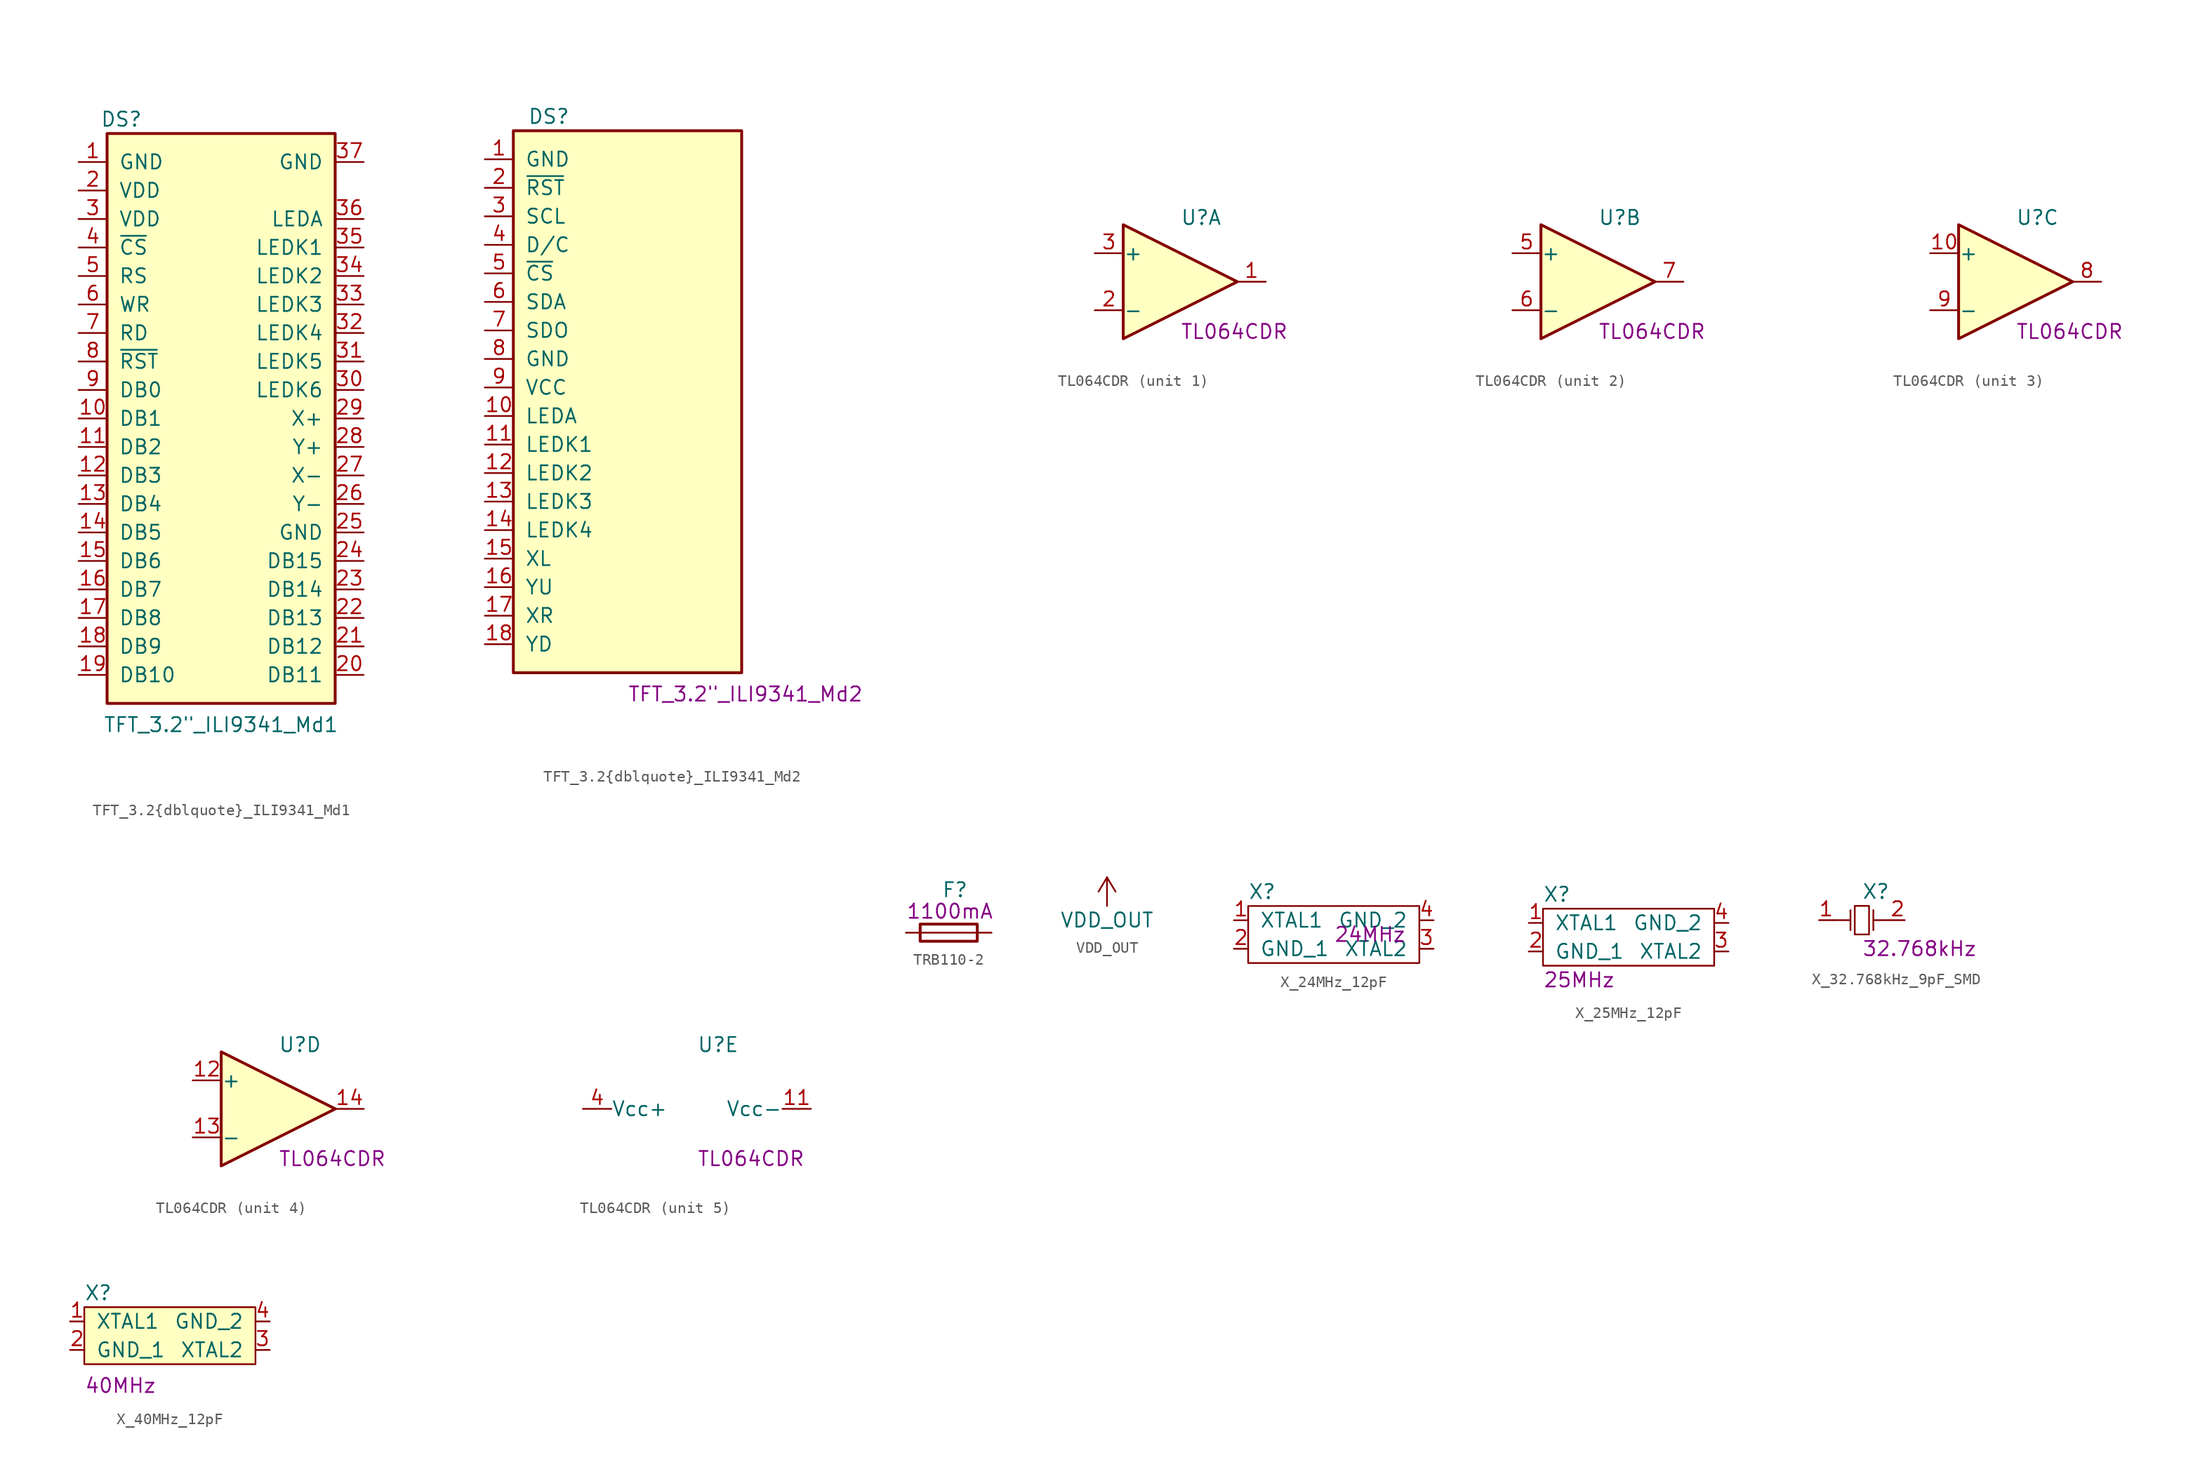
<source format=kicad_sym>
(kicad_symbol_lib
  (version 20211014)
  (generator kicad_symbol_editor)
  (symbol "TFT_3.2{dblquote}_ILI9341_Md1"
    (pin_names
      (offset 1.016))
    (property "Reference" "DS"
      (at -8.89 26.67 0)
      (effects (font (size 1.27 1.27))))
    (property "Value" "TFT_3.2{dblquote}_ILI9341_Md1"
      (at 0 -27.305 0)
      (effects (font (size 1.27 1.27))))
    (symbol "TFT_3.2{dblquote}_ILI9341_Md1_0_1"
      (rectangle (start -10.16 25.4) (end 10.16 -25.4) (stroke (width 0.254) (type default) (color 0 0 0 0)) (fill (type background))))
    (symbol "TFT_3.2{dblquote}_ILI9341_Md1_1_1"
      (pin power_in line (at -12.7 22.86 0) (length 2.54) (name "GND" (effects (font (size 1.27 1.27)))) (number "1" (effects (font (size 1.27 1.27)))))
      (pin bidirectional line (at -12.7 0 0) (length 2.54) (name "DB1" (effects (font (size 1.27 1.27)))) (number "10" (effects (font (size 1.27 1.27)))))
      (pin bidirectional line (at -12.7 -2.54 0) (length 2.54) (name "DB2" (effects (font (size 1.27 1.27)))) (number "11" (effects (font (size 1.27 1.27)))))
      (pin bidirectional line (at -12.7 -5.08 0) (length 2.54) (name "DB3" (effects (font (size 1.27 1.27)))) (number "12" (effects (font (size 1.27 1.27)))))
      (pin bidirectional line (at -12.7 -7.62 0) (length 2.54) (name "DB4" (effects (font (size 1.27 1.27)))) (number "13" (effects (font (size 1.27 1.27)))))
      (pin bidirectional line (at -12.7 -10.16 0) (length 2.54) (name "DB5" (effects (font (size 1.27 1.27)))) (number "14" (effects (font (size 1.27 1.27)))))
      (pin bidirectional line (at -12.7 -12.7 0) (length 2.54) (name "DB6" (effects (font (size 1.27 1.27)))) (number "15" (effects (font (size 1.27 1.27)))))
      (pin bidirectional line (at -12.7 -15.24 0) (length 2.54) (name "DB7" (effects (font (size 1.27 1.27)))) (number "16" (effects (font (size 1.27 1.27)))))
      (pin bidirectional line (at -12.7 -17.78 0) (length 2.54) (name "DB8" (effects (font (size 1.27 1.27)))) (number "17" (effects (font (size 1.27 1.27)))))
      (pin bidirectional line (at -12.7 -20.32 0) (length 2.54) (name "DB9" (effects (font (size 1.27 1.27)))) (number "18" (effects (font (size 1.27 1.27)))))
      (pin bidirectional line (at -12.7 -22.86 0) (length 2.54) (name "DB10" (effects (font (size 1.27 1.27)))) (number "19" (effects (font (size 1.27 1.27)))))
      (pin power_in line (at -12.7 20.32 0) (length 2.54) (name "VDD" (effects (font (size 1.27 1.27)))) (number "2" (effects (font (size 1.27 1.27)))))
      (pin bidirectional line (at 12.7 -22.86 180) (length 2.54) (name "DB11" (effects (font (size 1.27 1.27)))) (number "20" (effects (font (size 1.27 1.27)))))
      (pin bidirectional line (at 12.7 -20.32 180) (length 2.54) (name "DB12" (effects (font (size 1.27 1.27)))) (number "21" (effects (font (size 1.27 1.27)))))
      (pin bidirectional line (at 12.7 -17.78 180) (length 2.54) (name "DB13" (effects (font (size 1.27 1.27)))) (number "22" (effects (font (size 1.27 1.27)))))
      (pin bidirectional line (at 12.7 -15.24 180) (length 2.54) (name "DB14" (effects (font (size 1.27 1.27)))) (number "23" (effects (font (size 1.27 1.27)))))
      (pin bidirectional line (at 12.7 -12.7 180) (length 2.54) (name "DB15" (effects (font (size 1.27 1.27)))) (number "24" (effects (font (size 1.27 1.27)))))
      (pin power_in line (at 12.7 -10.16 180) (length 2.54) (name "GND" (effects (font (size 1.27 1.27)))) (number "25" (effects (font (size 1.27 1.27)))))
      (pin passive line (at 12.7 -7.62 180) (length 2.54) (name "Y-" (effects (font (size 1.27 1.27)))) (number "26" (effects (font (size 1.27 1.27)))))
      (pin passive line (at 12.7 -5.08 180) (length 2.54) (name "X-" (effects (font (size 1.27 1.27)))) (number "27" (effects (font (size 1.27 1.27)))))
      (pin passive line (at 12.7 -2.54 180) (length 2.54) (name "Y+" (effects (font (size 1.27 1.27)))) (number "28" (effects (font (size 1.27 1.27)))))
      (pin passive line (at 12.7 0 180) (length 2.54) (name "X+" (effects (font (size 1.27 1.27)))) (number "29" (effects (font (size 1.27 1.27)))))
      (pin power_in line (at -12.7 17.78 0) (length 2.54) (name "VDD" (effects (font (size 1.27 1.27)))) (number "3" (effects (font (size 1.27 1.27)))))
      (pin passive line (at 12.7 2.54 180) (length 2.54) (name "LEDK6" (effects (font (size 1.27 1.27)))) (number "30" (effects (font (size 1.27 1.27)))))
      (pin passive line (at 12.7 5.08 180) (length 2.54) (name "LEDK5" (effects (font (size 1.27 1.27)))) (number "31" (effects (font (size 1.27 1.27)))))
      (pin passive line (at 12.7 7.62 180) (length 2.54) (name "LEDK4" (effects (font (size 1.27 1.27)))) (number "32" (effects (font (size 1.27 1.27)))))
      (pin passive line (at 12.7 10.16 180) (length 2.54) (name "LEDK3" (effects (font (size 1.27 1.27)))) (number "33" (effects (font (size 1.27 1.27)))))
      (pin passive line (at 12.7 12.7 180) (length 2.54) (name "LEDK2" (effects (font (size 1.27 1.27)))) (number "34" (effects (font (size 1.27 1.27)))))
      (pin passive line (at 12.7 15.24 180) (length 2.54) (name "LEDK1" (effects (font (size 1.27 1.27)))) (number "35" (effects (font (size 1.27 1.27)))))
      (pin passive line (at 12.7 17.78 180) (length 2.54) (name "LEDA" (effects (font (size 1.27 1.27)))) (number "36" (effects (font (size 1.27 1.27)))))
      (pin power_in line (at 12.7 22.86 180) (length 2.54) (name "GND" (effects (font (size 1.27 1.27)))) (number "37" (effects (font (size 1.27 1.27)))))
      (pin input line (at -12.7 15.24 0) (length 2.54) (name "~{CS}" (effects (font (size 1.27 1.27)))) (number "4" (effects (font (size 1.27 1.27)))))
      (pin bidirectional line (at -12.7 12.7 0) (length 2.54) (name "RS" (effects (font (size 1.27 1.27)))) (number "5" (effects (font (size 1.27 1.27)))))
      (pin bidirectional line (at -12.7 10.16 0) (length 2.54) (name "WR" (effects (font (size 1.27 1.27)))) (number "6" (effects (font (size 1.27 1.27)))))
      (pin bidirectional line (at -12.7 7.62 0) (length 2.54) (name "RD" (effects (font (size 1.27 1.27)))) (number "7" (effects (font (size 1.27 1.27)))))
      (pin input line (at -12.7 5.08 0) (length 2.54) (name "~{RST}" (effects (font (size 1.27 1.27)))) (number "8" (effects (font (size 1.27 1.27)))))
      (pin bidirectional line (at -12.7 2.54 0) (length 2.54) (name "DB0" (effects (font (size 1.27 1.27)))) (number "9" (effects (font (size 1.27 1.27)))))))
  (symbol "TFT_3.2{dblquote}_ILI9341_Md2"
    (pin_names
      (offset 1.016))
    (property "Reference" "DS"
      (at -8.89 25.4 0)
      (effects (font (size 1.27 1.27)) (justify left)))
    (property "Symbol" "TFT_3.2\"_ILI9341_Md2"
      (at 0 -26.035 0)
      (effects (font (size 1.27 1.27)) (justify left)))
    (symbol "TFT_3.2{dblquote}_ILI9341_Md2_0_1"
      (rectangle (start -10.16 24.13) (end 10.16 -24.13) (stroke (width 0.254) (type default) (color 0 0 0 0)) (fill (type background))))
    (symbol "TFT_3.2{dblquote}_ILI9341_Md2_1_1"
      (pin power_in line (at -12.7 21.59 0) (length 2.54) (name "GND" (effects (font (size 1.27 1.27)))) (number "1" (effects (font (size 1.27 1.27)))))
      (pin bidirectional line (at -12.7 -1.27 0) (length 2.54) (name "LEDA" (effects (font (size 1.27 1.27)))) (number "10" (effects (font (size 1.27 1.27)))))
      (pin bidirectional line (at -12.7 -3.81 0) (length 2.54) (name "LEDK1" (effects (font (size 1.27 1.27)))) (number "11" (effects (font (size 1.27 1.27)))))
      (pin bidirectional line (at -12.7 -6.35 0) (length 2.54) (name "LEDK2" (effects (font (size 1.27 1.27)))) (number "12" (effects (font (size 1.27 1.27)))))
      (pin bidirectional line (at -12.7 -8.89 0) (length 2.54) (name "LEDK3" (effects (font (size 1.27 1.27)))) (number "13" (effects (font (size 1.27 1.27)))))
      (pin bidirectional line (at -12.7 -11.43 0) (length 2.54) (name "LEDK4" (effects (font (size 1.27 1.27)))) (number "14" (effects (font (size 1.27 1.27)))))
      (pin bidirectional line (at -12.7 -13.97 0) (length 2.54) (name "XL" (effects (font (size 1.27 1.27)))) (number "15" (effects (font (size 1.27 1.27)))))
      (pin bidirectional line (at -12.7 -16.51 0) (length 2.54) (name "YU" (effects (font (size 1.27 1.27)))) (number "16" (effects (font (size 1.27 1.27)))))
      (pin bidirectional line (at -12.7 -19.05 0) (length 2.54) (name "XR" (effects (font (size 1.27 1.27)))) (number "17" (effects (font (size 1.27 1.27)))))
      (pin bidirectional line (at -12.7 -21.59 0) (length 2.54) (name "YD" (effects (font (size 1.27 1.27)))) (number "18" (effects (font (size 1.27 1.27)))))
      (pin input line (at -12.7 19.05 0) (length 2.54) (name "~{RST}" (effects (font (size 1.27 1.27)))) (number "2" (effects (font (size 1.27 1.27)))))
      (pin input line (at -12.7 16.51 0) (length 2.54) (name "SCL" (effects (font (size 1.27 1.27)))) (number "3" (effects (font (size 1.27 1.27)))))
      (pin bidirectional line (at -12.7 13.97 0) (length 2.54) (name "D/C" (effects (font (size 1.27 1.27)))) (number "4" (effects (font (size 1.27 1.27)))))
      (pin input line (at -12.7 11.43 0) (length 2.54) (name "~{CS}" (effects (font (size 1.27 1.27)))) (number "5" (effects (font (size 1.27 1.27)))))
      (pin bidirectional line (at -12.7 8.89 0) (length 2.54) (name "SDA" (effects (font (size 1.27 1.27)))) (number "6" (effects (font (size 1.27 1.27)))))
      (pin bidirectional line (at -12.7 6.35 0) (length 2.54) (name "SDO" (effects (font (size 1.27 1.27)))) (number "7" (effects (font (size 1.27 1.27)))))
      (pin power_in line (at -12.7 3.81 0) (length 2.54) (name "GND" (effects (font (size 1.27 1.27)))) (number "8" (effects (font (size 1.27 1.27)))))
      (pin power_in line (at -12.7 1.27 0) (length 2.54) (name "VCC" (effects (font (size 1.27 1.27)))) (number "9" (effects (font (size 1.27 1.27)))))))
  (symbol "TL064CDR"
    (pin_names
      (offset 0.002))
    (property "Reference" "U"
      (at 0 5.715 0)
      (effects (font (size 1.27 1.27)) (justify left)))
    (property "Symbol" "TL064CDR"
      (at 0 -4.445 0)
      (effects (font (size 1.27 1.27)) (justify left)))
    (symbol "TL064CDR_0_0"
      (text "" (at -17.78 12.7 0) (effects (font (size 1.27 1.27))))
      (text "" (at -8.89 0.635 0) (effects (font (size 1.27 1.27))))
      (text "" (at -7.62 0.635 0) (effects (font (size 1.27 1.27))))
      (text "" (at -7.62 0.635 0) (effects (font (size 1.27 1.27))))
      (text "" (at -7.62 0.635 0) (effects (font (size 1.27 1.27))))
      (text "" (at -5.715 18.415 0) (effects (font (size 1.27 1.27))))
      (text "" (at -3.175 1.905 0) (effects (font (size 1.27 1.27))))
      (text "" (at -3.175 1.905 0) (effects (font (size 1.27 1.27))))
      (text "" (at -3.175 1.905 0) (effects (font (size 1.27 1.27))))
      (text "" (at -3.175 1.905 0) (effects (font (size 1.27 1.27))))
      (text "" (at -1.27 4.445 0) (effects (font (size 1.27 1.27))))
      (text "" (at -1.27 4.445 0) (effects (font (size 1.27 1.27))))
      (text "" (at -1.27 4.445 0) (effects (font (size 1.27 1.27))))
      (text "" (at -1.27 4.445 0) (effects (font (size 1.27 1.27))))
      (text "" (at -1.27 4.445 0) (effects (font (size 1.27 1.27))))
      (text "" (at -1.27 4.445 0) (effects (font (size 1.27 1.27))))
      (text "" (at -1.27 4.445 0) (effects (font (size 1.27 1.27))))
      (text "" (at -1.27 4.445 0) (effects (font (size 1.27 1.27))))
      (text "" (at 0 4.445 0) (effects (font (size 1.27 1.27))))
      (text "" (at 0 4.445 0) (effects (font (size 1.27 1.27))))
      (text "" (at 0 4.445 0) (effects (font (size 1.27 1.27))))
      (text "" (at 0 4.445 0) (effects (font (size 1.27 1.27))))
      (text "" (at 0 4.445 0) (effects (font (size 1.27 1.27))))
      (text "" (at 0 4.445 0) (effects (font (size 1.27 1.27))))
      (text "" (at 0 4.445 0) (effects (font (size 1.27 1.27))))
      (text "" (at 0 4.445 0) (effects (font (size 1.27 1.27)))))
    (symbol "TL064CDR_1_1"
      (polyline (pts (xy -5.08 5.08) (xy 5.08 0) (xy -5.08 -5.08) (xy -5.08 5.08)) (stroke (width 0.254) (type default) (color 0 0 0 0)) (fill (type background)))
      (pin output line (at 7.62 0 180) (length 2.54) (name "~" (effects (font (size 1.27 1.27)))) (number "1" (effects (font (size 1.27 1.27)))))
      (pin input line (at -7.62 -2.54 0) (length 2.54) (name "-" (effects (font (size 1.27 1.27)))) (number "2" (effects (font (size 1.27 1.27)))))
      (pin input line (at -7.62 2.54 0) (length 2.54) (name "+" (effects (font (size 1.27 1.27)))) (number "3" (effects (font (size 1.27 1.27))))))
    (symbol "TL064CDR_2_1"
      (polyline (pts (xy -5.08 5.08) (xy 5.08 0) (xy -5.08 -5.08) (xy -5.08 5.08)) (stroke (width 0.254) (type default) (color 0 0 0 0)) (fill (type background)))
      (pin input line (at -7.62 2.54 0) (length 2.54) (name "+" (effects (font (size 1.27 1.27)))) (number "5" (effects (font (size 1.27 1.27)))))
      (pin input line (at -7.62 -2.54 0) (length 2.54) (name "-" (effects (font (size 1.27 1.27)))) (number "6" (effects (font (size 1.27 1.27)))))
      (pin output line (at 7.62 0 180) (length 2.54) (name "~" (effects (font (size 1.27 1.27)))) (number "7" (effects (font (size 1.27 1.27))))))
    (symbol "TL064CDR_3_1"
      (polyline (pts (xy -5.08 5.08) (xy 5.08 0) (xy -5.08 -5.08) (xy -5.08 5.08)) (stroke (width 0.254) (type default) (color 0 0 0 0)) (fill (type background)))
      (pin input line (at -7.62 2.54 0) (length 2.54) (name "+" (effects (font (size 1.27 1.27)))) (number "10" (effects (font (size 1.27 1.27)))))
      (pin output line (at 7.62 0 180) (length 2.54) (name "~" (effects (font (size 1.27 1.27)))) (number "8" (effects (font (size 1.27 1.27)))))
      (pin input line (at -7.62 -2.54 0) (length 2.54) (name "-" (effects (font (size 1.27 1.27)))) (number "9" (effects (font (size 1.27 1.27))))))
    (symbol "TL064CDR_4_1"
      (polyline (pts (xy -5.08 5.08) (xy 5.08 0) (xy -5.08 -5.08) (xy -5.08 5.08)) (stroke (width 0.254) (type default) (color 0 0 0 0)) (fill (type background)))
      (pin input line (at -7.62 2.54 0) (length 2.54) (name "+" (effects (font (size 1.27 1.27)))) (number "12" (effects (font (size 1.27 1.27)))))
      (pin input line (at -7.62 -2.54 0) (length 2.54) (name "-" (effects (font (size 1.27 1.27)))) (number "13" (effects (font (size 1.27 1.27)))))
      (pin output line (at 7.62 0 180) (length 2.54) (name "~" (effects (font (size 1.27 1.27)))) (number "14" (effects (font (size 1.27 1.27))))))
    (symbol "TL064CDR_5_1"
      (pin input line (at 10.16 0 180) (length 2.54) (name "Vcc-" (effects (font (size 1.27 1.27)))) (number "11" (effects (font (size 1.27 1.27)))))
      (pin input line (at -10.16 0 0) (length 2.54) (name "Vcc+" (effects (font (size 1.27 1.27)))) (number "4" (effects (font (size 1.27 1.27)))))))
  (symbol "TRB110-2"
    (pin_numbers hide)
    (pin_names
      (offset 1.016))
    (property "Reference" "F"
      (at -0.635 3.81 0)
      (effects (font (size 1.27 1.27)) (justify left)))
    (property "Symbol" "1100mA"
      (at -3.81 1.905 0)
      (effects (font (size 1.27 1.27)) (justify left)))
    (symbol "TRB110-2_0_1"
      (polyline (pts (xy -2.54 0) (xy 2.54 0)) (stroke (width 0) (type default) (color 0 0 0 0)) (fill (type none)))
      (rectangle (start 2.54 -0.762) (end -2.54 0.762) (stroke (width 0.254) (type default) (color 0 0 0 0)) (fill (type none))))
    (symbol "TRB110-2_1_1"
      (pin passive line (at -3.81 0 0) (length 1.27) (name "~" (effects (font (size 1.27 1.27)))) (number "1" (effects (font (size 1.27 1.27)))))
      (pin passive line (at 3.81 0 180) (length 1.27) (name "~" (effects (font (size 1.27 1.27)))) (number "2" (effects (font (size 1.27 1.27)))))))
  (symbol "VDD_OUT"
    (power)
    (property "Reference" "#PWR?"
      (at 0 4.191 0)
      (effects (font (size 1.27 1.27)) hide))
    (property "Value" "VDD_OUT"
      (at 0 -1.27 0)
      (effects (font (size 1.27 1.27))))
    (symbol "VDD_OUT_0_0"
      (pin power_in line (at 0 0 90) (length 0) hide (name "VDD_OUT" (effects (font (size 1.27 1.27)))) (number "1" (effects (font (size 1.27 1.27))))))
    (symbol "VDD_OUT_0_1"
      (polyline (pts (xy -0.762 1.27) (xy 0 2.54)) (stroke (width 0) (type default) (color 0 0 0 0)) (fill (type none)))
      (polyline (pts (xy 0 0) (xy 0 2.54)) (stroke (width 0) (type default) (color 0 0 0 0)) (fill (type none)))
      (polyline (pts (xy 0 2.54) (xy 0.762 1.27)) (stroke (width 0) (type default) (color 0 0 0 0)) (fill (type none)))))
  (symbol "X_24MHz_12pF"
    (pin_names
      (offset 1.016))
    (property "Reference" "X"
      (at -7.62 3.81 0)
      (effects (font (size 1.27 1.27)) (justify left)))
    (property "Symbol" "24MHz"
      (at 0 0 0)
      (effects (font (size 1.27 1.27)) (justify left)))
    (symbol "X_24MHz_12pF_0_1"
      (rectangle (start -7.62 2.54) (end 7.62 -2.54) (stroke (width 0) (type default) (color 0 0 0 0)) (fill (type none))))
    (symbol "X_24MHz_12pF_1_1"
      (pin input line (at -8.89 1.27 0) (length 1.27) (name "XTAL1" (effects (font (size 1.27 1.27)))) (number "1" (effects (font (size 1.27 1.27)))))
      (pin input line (at -8.89 -1.27 0) (length 1.27) (name "GND_1" (effects (font (size 1.27 1.27)))) (number "2" (effects (font (size 1.27 1.27)))))
      (pin input line (at 8.89 -1.27 180) (length 1.27) (name "XTAL2" (effects (font (size 1.27 1.27)))) (number "3" (effects (font (size 1.27 1.27)))))
      (pin input line (at 8.89 1.27 180) (length 1.27) (name "GND_2" (effects (font (size 1.27 1.27)))) (number "4" (effects (font (size 1.27 1.27)))))))
  (symbol "X_25MHz_12pF"
    (pin_names
      (offset 1.016))
    (property "Reference" "X"
      (at -7.62 3.81 0)
      (effects (font (size 1.27 1.27)) (justify left)))
    (property "Symbol" "25MHz"
      (at -7.62 -3.81 0)
      (effects (font (size 1.27 1.27)) (justify left)))
    (symbol "X_25MHz_12pF_0_1"
      (rectangle (start -7.62 2.54) (end 7.62 -2.54) (stroke (width 0) (type default) (color 0 0 0 0)) (fill (type none))))
    (symbol "X_25MHz_12pF_1_1"
      (pin input line (at -8.89 1.27 0) (length 1.27) (name "XTAL1" (effects (font (size 1.27 1.27)))) (number "1" (effects (font (size 1.27 1.27)))))
      (pin input line (at -8.89 -1.27 0) (length 1.27) (name "GND_1" (effects (font (size 1.27 1.27)))) (number "2" (effects (font (size 1.27 1.27)))))
      (pin input line (at 8.89 -1.27 180) (length 1.27) (name "XTAL2" (effects (font (size 1.27 1.27)))) (number "3" (effects (font (size 1.27 1.27)))))
      (pin input line (at 8.89 1.27 180) (length 1.27) (name "GND_2" (effects (font (size 1.27 1.27)))) (number "4" (effects (font (size 1.27 1.27)))))))
  (symbol "X_32.768kHz_9pF_SMD"
    (pin_names
      (offset 1.016))
    (property "Reference" "X"
      (at 0 2.54 0)
      (effects (font (size 1.27 1.27)) (justify left)))
    (property "Symbol" "32.768kHz"
      (at 0 -2.54 0)
      (effects (font (size 1.27 1.27)) (justify left)))
    (symbol "X_32.768kHz_9pF_SMD_0_1"
      (rectangle (start -0.635 1.27) (end 0.635 -1.27) (stroke (width 0) (type default) (color 0 0 0 0)) (fill (type none)))
      (polyline (pts (xy -1.016 0) (xy -2.54 0)) (stroke (width 0) (type default) (color 0 0 0 0)) (fill (type none)))
      (polyline (pts (xy 1.016 0.889) (xy 1.016 -0.889)) (stroke (width 0) (type default) (color 0 0 0 0)) (fill (type none)))
      (polyline (pts (xy 2.54 0) (xy 1.016 0)) (stroke (width 0) (type default) (color 0 0 0 0)) (fill (type none)))
      (polyline (pts (xy -1.016 0.889) (xy -1.016 0) (xy -1.016 -0.889)) (stroke (width 0) (type default) (color 0 0 0 0)) (fill (type none))))
    (symbol "X_32.768kHz_9pF_SMD_1_1"
      (pin input line (at -3.81 0 0) (length 1.27) (name "~" (effects (font (size 1.27 1.27)))) (number "1" (effects (font (size 1.27 1.27)))))
      (pin input line (at 3.81 0 180) (length 1.27) (name "~" (effects (font (size 1.27 1.27)))) (number "2" (effects (font (size 1.27 1.27)))))))
  (symbol "X_40MHz_12pF"
    (pin_names
      (offset 1.016))
    (property "Reference" "X"
      (at -7.62 3.81 0)
      (effects (font (size 1.27 1.27)) (justify left)))
    (property "Symbol" "40MHz"
      (at -7.62 -4.445 0)
      (effects (font (size 1.27 1.27)) (justify left)))
    (symbol "X_40MHz_12pF_0_1"
      (rectangle (start -7.62 2.54) (end 7.62 -2.54) (stroke (width 0) (type default) (color 0 0 0 0)) (fill (type background))))
    (symbol "X_40MHz_12pF_1_1"
      (pin input line (at -8.89 1.27 0) (length 1.27) (name "XTAL1" (effects (font (size 1.27 1.27)))) (number "1" (effects (font (size 1.27 1.27)))))
      (pin input line (at -8.89 -1.27 0) (length 1.27) (name "GND_1" (effects (font (size 1.27 1.27)))) (number "2" (effects (font (size 1.27 1.27)))))
      (pin input line (at 8.89 -1.27 180) (length 1.27) (name "XTAL2" (effects (font (size 1.27 1.27)))) (number "3" (effects (font (size 1.27 1.27)))))
      (pin input line (at 8.89 1.27 180) (length 1.27) (name "GND_2" (effects (font (size 1.27 1.27)))) (number "4" (effects (font (size 1.27 1.27))))))))
</source>
